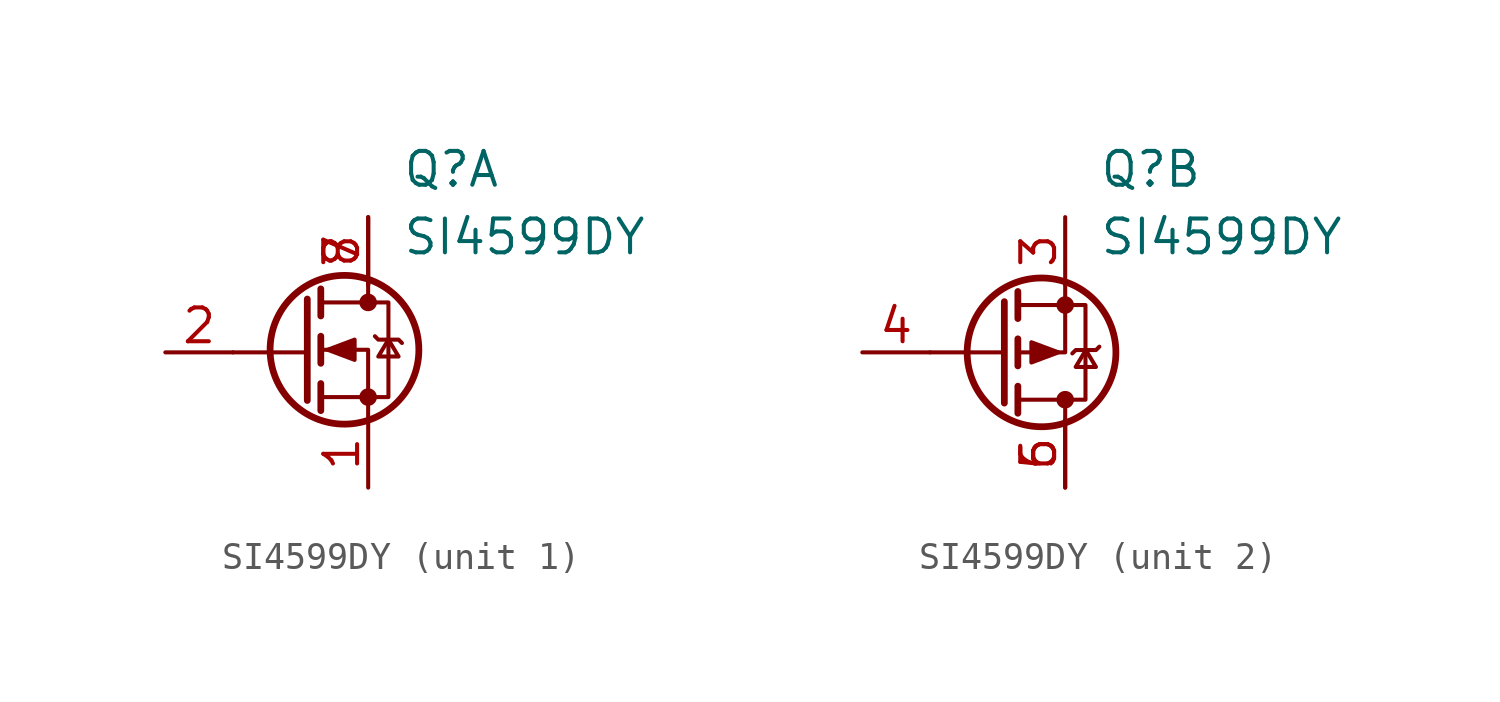
<source format=kicad_sym>
(kicad_symbol_lib
  (version 20241209)
  (generator "kicad_symbol_editor")
  (generator_version "9.0")
  (symbol "SI4599DY"
    (pin_names
      (hide yes))
    (property "Reference" "Q"
      (at 21.59 7.62 0)
      (effects (font (size 1.27 1.27)) (justify left top)))
    (property "Value" "SI4599DY"
      (at 21.59 5.08 0)
      (effects (font (size 1.27 1.27)) (justify left top)))
    (property "ki_locked" ""
      (at 0 0 0)
      (effects (font (size 1.27 1.27))))
    (symbol "SI4599DY_0_1"
      (polyline (pts (xy 18.034 0) (xy 15.24 0)) (stroke (width 0) (type default)) (fill (type none))))
    (symbol "SI4599DY_1_1"
      (polyline (pts (xy 18.032 2.003) (xy 18.032 -1.807)) (stroke (width 0.254) (type solid)) (fill (type none)))
      (polyline (pts (xy 18.54 2.384) (xy 18.54 1.368)) (stroke (width 0.254) (type solid)) (fill (type none)))
      (polyline (pts (xy 18.54 0.606) (xy 18.54 -0.41)) (stroke (width 0.254) (type solid)) (fill (type none)))
      (polyline (pts (xy 18.54 -1.172) (xy 18.54 -2.188)) (stroke (width 0.254) (type solid)) (fill (type none)))
      (polyline (pts (xy 18.54 -1.68) (xy 21.08 -1.68) (xy 21.08 1.876) (xy 18.54 1.876)) (stroke (width 0) (type solid)) (fill (type none)))
      (polyline (pts (xy 18.794 0.098) (xy 19.81 0.479) (xy 19.81 -0.283) (xy 18.794 0.098)) (stroke (width 0) (type solid)) (fill (type outline)))
      (circle (center 19.429 0.098) (radius 2.794) (stroke (width 0.254) (type solid)) (fill (type none)))
      (polyline (pts (xy 20.318 2.638) (xy 20.318 1.876)) (stroke (width 0) (type solid)) (fill (type none)))
      (circle (center 20.318 1.876) (radius 0.254) (stroke (width 0) (type solid)) (fill (type outline)))
      (circle (center 20.318 -1.68) (radius 0.254) (stroke (width 0) (type solid)) (fill (type outline)))
      (polyline (pts (xy 20.318 -2.442) (xy 20.318 0.098) (xy 18.54 0.098)) (stroke (width 0) (type solid)) (fill (type none)))
      (polyline (pts (xy 20.572 0.606) (xy 20.699 0.479) (xy 21.461 0.479) (xy 21.588 0.352)) (stroke (width 0) (type solid)) (fill (type none)))
      (polyline (pts (xy 21.08 0.479) (xy 20.699 -0.156) (xy 21.461 -0.156) (xy 21.08 0.479)) (stroke (width 0) (type solid)) (fill (type none)))
      (pin input line (at 12.7 0 0) (length 2.54) (name "G" (effects (font (size 1.27 1.27)))) (number "2" (effects (font (size 1.27 1.27)))))
      (pin passive line (at 20.32 5.08 270) (length 2.54) (name "D" (effects (font (size 1.27 1.27)))) (number "7" (effects (font (size 1.27 1.27)))))
      (pin passive line (at 20.32 5.08 270) (length 2.54) (name "D" (effects (font (size 1.27 1.27)))) (number "8" (effects (font (size 1.27 1.27)))))
      (pin passive line (at 20.32 -5.08 90) (length 2.54) (name "S" (effects (font (size 1.27 1.27)))) (number "1" (effects (font (size 1.27 1.27))))))
    (symbol "SI4599DY_2_1"
      (polyline (pts (xy 18.034 -1.905) (xy 18.034 1.905)) (stroke (width 0.254) (type solid)) (fill (type none)))
      (polyline (pts (xy 18.542 1.778) (xy 21.082 1.778) (xy 21.082 -1.778) (xy 18.542 -1.778)) (stroke (width 0) (type solid)) (fill (type none)))
      (polyline (pts (xy 18.542 1.27) (xy 18.542 2.286)) (stroke (width 0.254) (type solid)) (fill (type none)))
      (polyline (pts (xy 18.542 -0.508) (xy 18.542 0.508)) (stroke (width 0.254) (type solid)) (fill (type none)))
      (polyline (pts (xy 18.542 -2.286) (xy 18.542 -1.27)) (stroke (width 0.254) (type solid)) (fill (type none)))
      (circle (center 19.431 0) (radius 2.794) (stroke (width 0.254) (type solid)) (fill (type none)))
      (polyline (pts (xy 20.066 0) (xy 19.05 0.381) (xy 19.05 -0.381) (xy 20.066 0)) (stroke (width 0) (type solid)) (fill (type outline)))
      (polyline (pts (xy 20.32 2.54) (xy 20.32 0) (xy 18.542 0)) (stroke (width 0) (type solid)) (fill (type none)))
      (circle (center 20.32 1.778) (radius 0.254) (stroke (width 0) (type solid)) (fill (type outline)))
      (circle (center 20.32 -1.778) (radius 0.254) (stroke (width 0) (type solid)) (fill (type outline)))
      (polyline (pts (xy 20.32 -2.54) (xy 20.32 -1.778)) (stroke (width 0) (type solid)) (fill (type none)))
      (polyline (pts (xy 20.587 -0.04) (xy 20.714 0.087) (xy 21.476 0.087) (xy 21.603 0.214)) (stroke (width 0) (type solid)) (fill (type none)))
      (polyline (pts (xy 21.095 0.087) (xy 21.476 -0.548) (xy 20.714 -0.548) (xy 21.095 0.087)) (stroke (width 0) (type solid)) (fill (type none)))
      (pin input line (at 12.7 0 0) (length 2.54) (name "G" (effects (font (size 1.27 1.27)))) (number "4" (effects (font (size 1.27 1.27)))))
      (pin passive line (at 20.32 5.08 270) (length 2.54) (name "S" (effects (font (size 1.27 1.27)))) (number "3" (effects (font (size 1.27 1.27)))))
      (pin passive line (at 20.32 -5.08 90) (length 2.54) (name "D" (effects (font (size 1.27 1.27)))) (number "5" (effects (font (size 1.27 1.27)))))
      (pin passive line (at 20.32 -5.08 90) (length 2.54) (name "D" (effects (font (size 1.27 1.27)))) (number "6" (effects (font (size 1.27 1.27))))))))
</source>
